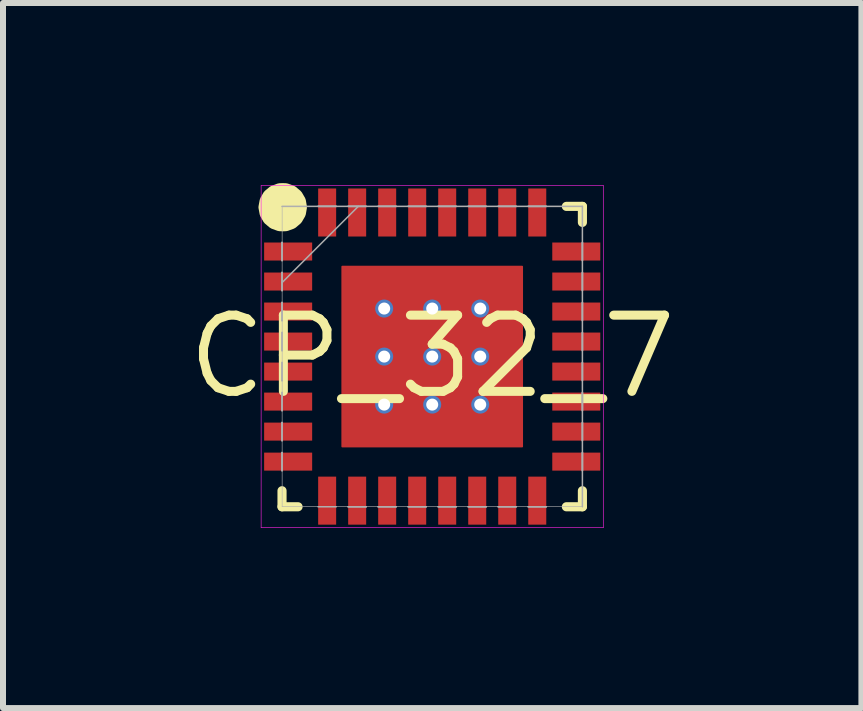
<source format=kicad_pcb>
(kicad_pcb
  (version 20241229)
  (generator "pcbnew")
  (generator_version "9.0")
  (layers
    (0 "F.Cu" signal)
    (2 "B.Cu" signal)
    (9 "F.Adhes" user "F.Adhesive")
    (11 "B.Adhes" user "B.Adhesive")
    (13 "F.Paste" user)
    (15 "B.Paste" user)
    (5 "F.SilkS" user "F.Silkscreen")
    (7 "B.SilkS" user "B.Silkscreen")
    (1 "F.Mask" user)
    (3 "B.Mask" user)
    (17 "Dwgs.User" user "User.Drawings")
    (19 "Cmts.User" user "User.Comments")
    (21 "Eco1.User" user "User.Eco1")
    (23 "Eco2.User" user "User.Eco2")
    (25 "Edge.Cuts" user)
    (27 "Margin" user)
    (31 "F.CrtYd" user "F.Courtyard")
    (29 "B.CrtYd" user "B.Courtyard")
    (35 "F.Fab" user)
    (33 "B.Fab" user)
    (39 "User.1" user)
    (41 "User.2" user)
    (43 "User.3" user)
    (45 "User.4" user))
  (footprint "CP_32_7"
    (layer "F.Cu")
    (at 4.15 2.89)
    (property "Reference" "CP_32_7" (at 0 0 0) (layer "F.SilkS") (effects (font (size 1.27 1.27) (thickness 0.15))))
    (fp_poly (pts (xy 1.625 1.625) (xy -1.625 1.625) (xy -1.625 -1.625) (xy 1.625 -1.625)) (stroke (width 0.01) (type solid)) (fill yes) (layer "F.Mask"))
    (fp_line (start -2.502 -2.502) (end -2.502 -2.235) (stroke (width 0.152) (type solid)) (layer "F.SilkS"))
    (fp_line (start -2.502 2.235) (end -2.502 2.502) (stroke (width 0.152) (type solid)) (layer "F.SilkS"))
    (fp_line (start -2.502 2.502) (end -2.235 2.502) (stroke (width 0.152) (type solid)) (layer "F.SilkS"))
    (fp_line (start -2.235 -2.502) (end -2.502 -2.502) (stroke (width 0.152) (type solid)) (layer "F.SilkS"))
    (fp_line (start 2.235 2.502) (end 2.502 2.502) (stroke (width 0.152) (type solid)) (layer "F.SilkS"))
    (fp_line (start 2.502 -2.502) (end 2.235 -2.502) (stroke (width 0.152) (type solid)) (layer "F.SilkS"))
    (fp_line (start 2.502 -2.235) (end 2.502 -2.502) (stroke (width 0.152) (type solid)) (layer "F.SilkS"))
    (fp_line (start 2.502 2.502) (end 2.502 2.235) (stroke (width 0.152) (type solid)) (layer "F.SilkS"))
    (fp_poly (pts (xy -2.438 -2.786) (xy -2.339 -2.75) (xy -2.259 -2.683) (xy -2.206 -2.592) (xy -2.188 -2.488) (xy -2.206 -2.385) (xy -2.259 -2.294) (xy -2.339 -2.226) (xy -2.438 -2.19) (xy -2.49 -2.188) (xy -2.543 -2.19) (xy -2.641 -2.226) (xy -2.722 -2.294) (xy -2.774 -2.385) (xy -2.793 -2.488) (xy -2.774 -2.592) (xy -2.722 -2.683) (xy -2.641 -2.75) (xy -2.543 -2.786) (xy -2.49 -2.788)) (stroke (width 0.203) (type solid)) (fill yes) (layer "F.SilkS"))
    (fp_poly (pts (xy -0.25 -0.25) (xy -1.25 -0.25) (xy -1.25 -1.25) (xy -0.25 -1.25)) (stroke (width 0.01) (type solid)) (fill yes) (layer "F.Paste"))
    (fp_poly (pts (xy -0.25 1.25) (xy -1.25 1.25) (xy -1.25 0.25) (xy -0.25 0.25)) (stroke (width 0.01) (type solid)) (fill yes) (layer "F.Paste"))
    (fp_poly (pts (xy 1.25 -0.25) (xy 0.25 -0.25) (xy 0.25 -1.25) (xy 1.25 -1.25)) (stroke (width 0.01) (type solid)) (fill yes) (layer "F.Paste"))
    (fp_poly (pts (xy 1.25 1.25) (xy 0.25 1.25) (xy 0.25 0.25) (xy 1.25 0.25)) (stroke (width 0.01) (type solid)) (fill yes) (layer "F.Paste"))
    (fp_line (start -2.5 -2.5) (end -2.5 -1.75) (stroke (width 0.01) (type solid)) (layer "Eco1.User"))
    (fp_line (start -2.5 -2.5) (end -2.5 2.5) (stroke (width 0.01) (type solid)) (layer "Eco1.User"))
    (fp_line (start -2.5 -1.75) (end -1.75 -1.75) (stroke (width 0.01) (type solid)) (layer "Eco1.User"))
    (fp_line (start -2.5 1.75) (end -2.5 2.5) (stroke (width 0.01) (type solid)) (layer "Eco1.User"))
    (fp_line (start -2.5 2.5) (end -1.75 2.5) (stroke (width 0.01) (type solid)) (layer "Eco1.User"))
    (fp_line (start -2.5 2.5) (end 2.5 2.5) (stroke (width 0.01) (type solid)) (layer "Eco1.User"))
    (fp_line (start -1.75 -2.5) (end -2.5 -2.5) (stroke (width 0.01) (type solid)) (layer "Eco1.User"))
    (fp_line (start -1.75 -1.75) (end -1.75 -2.5) (stroke (width 0.01) (type solid)) (layer "Eco1.User"))
    (fp_line (start -1.75 -1.75) (end -1.75 1.75) (stroke (width 0.01) (type solid)) (layer "Eco1.User"))
    (fp_line (start -1.75 1.75) (end -2.5 1.75) (stroke (width 0.01) (type solid)) (layer "Eco1.User"))
    (fp_line (start -1.75 1.75) (end 1.75 1.75) (stroke (width 0.01) (type solid)) (layer "Eco1.User"))
    (fp_line (start -1.75 2.5) (end -1.75 1.75) (stroke (width 0.01) (type solid)) (layer "Eco1.User"))
    (fp_line (start -1.5 -1.5) (end -1.5 1.5) (stroke (width 0.01) (type solid)) (layer "Eco1.User"))
    (fp_line (start -1.5 1.5) (end 1.5 1.5) (stroke (width 0.01) (type solid)) (layer "Eco1.User"))
    (fp_line (start 1.5 -1.5) (end -1.5 -1.5) (stroke (width 0.01) (type solid)) (layer "Eco1.User"))
    (fp_line (start 1.5 1.5) (end 1.5 -1.5) (stroke (width 0.01) (type solid)) (layer "Eco1.User"))
    (fp_line (start 1.75 -2.5) (end 1.75 -1.75) (stroke (width 0.01) (type solid)) (layer "Eco1.User"))
    (fp_line (start 1.75 -1.75) (end -1.75 -1.75) (stroke (width 0.01) (type solid)) (layer "Eco1.User"))
    (fp_line (start 1.75 -1.75) (end 2.5 -1.75) (stroke (width 0.01) (type solid)) (layer "Eco1.User"))
    (fp_line (start 1.75 1.75) (end 1.75 -1.75) (stroke (width 0.01) (type solid)) (layer "Eco1.User"))
    (fp_line (start 1.75 1.75) (end 1.75 2.5) (stroke (width 0.01) (type solid)) (layer "Eco1.User"))
    (fp_line (start 1.75 2.5) (end 2.5 2.5) (stroke (width 0.01) (type solid)) (layer "Eco1.User"))
    (fp_line (start 2.5 -2.5) (end -2.5 -2.5) (stroke (width 0.01) (type solid)) (layer "Eco1.User"))
    (fp_line (start 2.5 -2.5) (end 1.75 -2.5) (stroke (width 0.01) (type solid)) (layer "Eco1.User"))
    (fp_line (start 2.5 -1.75) (end 2.5 -2.5) (stroke (width 0.01) (type solid)) (layer "Eco1.User"))
    (fp_line (start 2.5 1.75) (end 1.75 1.75) (stroke (width 0.01) (type solid)) (layer "Eco1.User"))
    (fp_line (start 2.5 2.5) (end 2.5 -2.5) (stroke (width 0.01) (type solid)) (layer "Eco1.User"))
    (fp_line (start 2.5 2.5) (end 2.5 1.75) (stroke (width 0.01) (type solid)) (layer "Eco1.User"))
    (fp_line (start -2.85 -2.85) (end -2.85 2.85) (stroke (width 0.01) (type solid)) (layer "F.CrtYd"))
    (fp_line (start -2.85 2.85) (end 2.85 2.85) (stroke (width 0.01) (type solid)) (layer "F.CrtYd"))
    (fp_line (start 2.85 -2.85) (end -2.85 -2.85) (stroke (width 0.01) (type solid)) (layer "F.CrtYd"))
    (fp_line (start 2.85 2.85) (end 2.85 -2.85) (stroke (width 0.01) (type solid)) (layer "F.CrtYd"))
    (fp_line (start -2.502 -1.902) (end -2.502 -1.598) (stroke (width 0.025) (type solid)) (layer "F.Fab"))
    (fp_line (start -2.502 -1.598) (end -2.502 -1.902) (stroke (width 0.025) (type solid)) (layer "F.Fab"))
    (fp_line (start -2.502 -1.402) (end -2.502 -1.098) (stroke (width 0.025) (type solid)) (layer "F.Fab"))
    (fp_line (start -2.502 -1.232) (end -1.232 -2.502) (stroke (width 0.025) (type solid)) (layer "F.Fab"))
    (fp_line (start -2.502 -1.098) (end -2.502 -1.402) (stroke (width 0.025) (type solid)) (layer "F.Fab"))
    (fp_line (start -2.502 -0.902) (end -2.502 -0.598) (stroke (width 0.025) (type solid)) (layer "F.Fab"))
    (fp_line (start -2.502 -0.598) (end -2.502 -0.902) (stroke (width 0.025) (type solid)) (layer "F.Fab"))
    (fp_line (start -2.502 -0.402) (end -2.502 -0.098) (stroke (width 0.025) (type solid)) (layer "F.Fab"))
    (fp_line (start -2.502 -0.098) (end -2.502 -0.402) (stroke (width 0.025) (type solid)) (layer "F.Fab"))
    (fp_line (start -2.502 0.098) (end -2.502 0.402) (stroke (width 0.025) (type solid)) (layer "F.Fab"))
    (fp_line (start -2.502 0.402) (end -2.502 0.098) (stroke (width 0.025) (type solid)) (layer "F.Fab"))
    (fp_line (start -2.502 0.598) (end -2.502 0.902) (stroke (width 0.025) (type solid)) (layer "F.Fab"))
    (fp_line (start -2.502 0.902) (end -2.502 0.598) (stroke (width 0.025) (type solid)) (layer "F.Fab"))
    (fp_line (start -2.502 1.098) (end -2.502 1.402) (stroke (width 0.025) (type solid)) (layer "F.Fab"))
    (fp_line (start -2.502 1.402) (end -2.502 1.098) (stroke (width 0.025) (type solid)) (layer "F.Fab"))
    (fp_line (start -2.502 1.598) (end -2.502 1.902) (stroke (width 0.025) (type solid)) (layer "F.Fab"))
    (fp_line (start -2.502 1.902) (end -2.502 1.598) (stroke (width 0.025) (type solid)) (layer "F.Fab"))
    (fp_line (start -2.5 -2.5) (end -2.5 2.5) (stroke (width 0.01) (type solid)) (layer "F.Fab"))
    (fp_line (start -2.5 2.5) (end 2.5 2.5) (stroke (width 0.01) (type solid)) (layer "F.Fab"))
    (fp_line (start -1.902 -2.502) (end -1.598 -2.502) (stroke (width 0.025) (type solid)) (layer "F.Fab"))
    (fp_line (start -1.598 -2.502) (end -1.902 -2.502) (stroke (width 0.025) (type solid)) (layer "F.Fab"))
    (fp_line (start -1.598 2.502) (end -1.902 2.502) (stroke (width 0.025) (type solid)) (layer "F.Fab"))
    (fp_line (start -1.402 -2.502) (end -1.098 -2.502) (stroke (width 0.025) (type solid)) (layer "F.Fab"))
    (fp_line (start -1.402 2.502) (end -1.098 2.502) (stroke (width 0.025) (type solid)) (layer "F.Fab"))
    (fp_line (start -1.098 -2.502) (end -1.402 -2.502) (stroke (width 0.025) (type solid)) (layer "F.Fab"))
    (fp_line (start -1.098 2.502) (end -1.402 2.502) (stroke (width 0.025) (type solid)) (layer "F.Fab"))
    (fp_line (start -0.902 -2.502) (end -0.598 -2.502) (stroke (width 0.025) (type solid)) (layer "F.Fab"))
    (fp_line (start -0.902 2.502) (end -0.598 2.502) (stroke (width 0.025) (type solid)) (layer "F.Fab"))
    (fp_line (start -0.598 -2.502) (end -0.902 -2.502) (stroke (width 0.025) (type solid)) (layer "F.Fab"))
    (fp_line (start -0.598 2.502) (end -0.902 2.502) (stroke (width 0.025) (type solid)) (layer "F.Fab"))
    (fp_line (start -0.402 -2.502) (end -0.098 -2.502) (stroke (width 0.025) (type solid)) (layer "F.Fab"))
    (fp_line (start -0.402 2.502) (end -0.098 2.502) (stroke (width 0.025) (type solid)) (layer "F.Fab"))
    (fp_line (start -0.098 -2.502) (end -0.402 -2.502) (stroke (width 0.025) (type solid)) (layer "F.Fab"))
    (fp_line (start -0.098 2.502) (end -0.402 2.502) (stroke (width 0.025) (type solid)) (layer "F.Fab"))
    (fp_line (start 0.098 -2.502) (end 0.402 -2.502) (stroke (width 0.025) (type solid)) (layer "F.Fab"))
    (fp_line (start 0.098 2.502) (end 0.402 2.502) (stroke (width 0.025) (type solid)) (layer "F.Fab"))
    (fp_line (start 0.402 -2.502) (end 0.098 -2.502) (stroke (width 0.025) (type solid)) (layer "F.Fab"))
    (fp_line (start 0.402 2.502) (end 0.098 2.502) (stroke (width 0.025) (type solid)) (layer "F.Fab"))
    (fp_line (start 0.598 -2.502) (end 0.902 -2.502) (stroke (width 0.025) (type solid)) (layer "F.Fab"))
    (fp_line (start 0.598 2.502) (end 0.902 2.502) (stroke (width 0.025) (type solid)) (layer "F.Fab"))
    (fp_line (start 0.902 -2.502) (end 0.598 -2.502) (stroke (width 0.025) (type solid)) (layer "F.Fab"))
    (fp_line (start 0.902 2.502) (end 0.598 2.502) (stroke (width 0.025) (type solid)) (layer "F.Fab"))
    (fp_line (start 1.098 -2.502) (end 1.402 -2.502) (stroke (width 0.025) (type solid)) (layer "F.Fab"))
    (fp_line (start 1.098 2.502) (end 1.402 2.502) (stroke (width 0.025) (type solid)) (layer "F.Fab"))
    (fp_line (start 1.402 -2.502) (end 1.098 -2.502) (stroke (width 0.025) (type solid)) (layer "F.Fab"))
    (fp_line (start 1.402 2.502) (end 1.098 2.502) (stroke (width 0.025) (type solid)) (layer "F.Fab"))
    (fp_line (start 1.598 -2.502) (end 1.902 -2.502) (stroke (width 0.025) (type solid)) (layer "F.Fab"))
    (fp_line (start 1.598 2.502) (end 1.902 2.502) (stroke (width 0.025) (type solid)) (layer "F.Fab"))
    (fp_line (start 1.902 -2.502) (end 1.598 -2.502) (stroke (width 0.025) (type solid)) (layer "F.Fab"))
    (fp_line (start 1.902 2.502) (end 1.598 2.502) (stroke (width 0.025) (type solid)) (layer "F.Fab"))
    (fp_line (start 2.5 -2.5) (end -2.5 -2.5) (stroke (width 0.01) (type solid)) (layer "F.Fab"))
    (fp_line (start 2.5 2.5) (end 2.5 -2.5) (stroke (width 0.01) (type solid)) (layer "F.Fab"))
    (fp_line (start 2.502 -2.502) (end -2.502 -2.502) (stroke (width 0.025) (type solid)) (layer "F.Fab"))
    (fp_line (start 2.502 -1.902) (end 2.502 -1.598) (stroke (width 0.025) (type solid)) (layer "F.Fab"))
    (fp_line (start 2.502 -1.598) (end 2.502 -1.902) (stroke (width 0.025) (type solid)) (layer "F.Fab"))
    (fp_line (start 2.502 -1.402) (end 2.502 -1.098) (stroke (width 0.025) (type solid)) (layer "F.Fab"))
    (fp_line (start 2.502 -1.098) (end 2.502 -1.402) (stroke (width 0.025) (type solid)) (layer "F.Fab"))
    (fp_line (start 2.502 -0.902) (end 2.502 -0.598) (stroke (width 0.025) (type solid)) (layer "F.Fab"))
    (fp_line (start 2.502 -0.598) (end 2.502 -0.902) (stroke (width 0.025) (type solid)) (layer "F.Fab"))
    (fp_line (start 2.502 -0.402) (end 2.502 -0.098) (stroke (width 0.025) (type solid)) (layer "F.Fab"))
    (fp_line (start 2.502 -0.098) (end 2.502 -0.402) (stroke (width 0.025) (type solid)) (layer "F.Fab"))
    (fp_line (start 2.502 0.098) (end 2.502 0.402) (stroke (width 0.025) (type solid)) (layer "F.Fab"))
    (fp_line (start 2.502 0.402) (end 2.502 0.098) (stroke (width 0.025) (type solid)) (layer "F.Fab"))
    (fp_line (start 2.502 0.598) (end 2.502 0.902) (stroke (width 0.025) (type solid)) (layer "F.Fab"))
    (fp_line (start 2.502 0.902) (end 2.502 0.598) (stroke (width 0.025) (type solid)) (layer "F.Fab"))
    (fp_line (start 2.502 1.098) (end 2.502 1.402) (stroke (width 0.025) (type solid)) (layer "F.Fab"))
    (fp_line (start 2.502 1.402) (end 2.502 1.098) (stroke (width 0.025) (type solid)) (layer "F.Fab"))
    (fp_line (start 2.502 1.598) (end 2.502 1.902) (stroke (width 0.025) (type solid)) (layer "F.Fab"))
    (fp_line (start 2.502 1.902) (end 2.502 1.598) (stroke (width 0.025) (type solid)) (layer "F.Fab"))
    (fp_line (start 2.502 2.502) (end 2.502 -2.502) (stroke (width 0.025) (type solid)) (layer "F.Fab"))
    (pad "1" smd rect (at -2.4 -1.75) (size 0.8 0.3) (layers "F.Cu" "F.Mask" "F.Paste"))
    (pad "2" smd rect (at -2.4 -1.25) (size 0.8 0.3) (layers "F.Cu" "F.Mask" "F.Paste"))
    (pad "3" smd rect (at -2.4 -0.75) (size 0.8 0.3) (layers "F.Cu" "F.Mask" "F.Paste"))
    (pad "4" smd rect (at -2.4 -0.25) (size 0.8 0.3) (layers "F.Cu" "F.Mask" "F.Paste"))
    (pad "5" smd rect (at -2.4 0.25) (size 0.8 0.3) (layers "F.Cu" "F.Mask" "F.Paste"))
    (pad "6" smd rect (at -2.4 0.75) (size 0.8 0.3) (layers "F.Cu" "F.Mask" "F.Paste"))
    (pad "7" smd rect (at -2.4 1.25) (size 0.8 0.3) (layers "F.Cu" "F.Mask" "F.Paste"))
    (pad "8" smd rect (at -2.4 1.75) (size 0.8 0.3) (layers "F.Cu" "F.Mask" "F.Paste"))
    (pad "9" smd rect (at -1.75 2.4 270) (size 0.8 0.3) (layers "F.Cu" "F.Mask" "F.Paste"))
    (pad "10" smd rect (at -1.25 2.4 270) (size 0.8 0.3) (layers "F.Cu" "F.Mask" "F.Paste"))
    (pad "11" smd rect (at -0.75 2.4 270) (size 0.8 0.3) (layers "F.Cu" "F.Mask" "F.Paste"))
    (pad "12" smd rect (at -0.25 2.4 270) (size 0.8 0.3) (layers "F.Cu" "F.Mask" "F.Paste"))
    (pad "13" smd rect (at 0.25 2.4 270) (size 0.8 0.3) (layers "F.Cu" "F.Mask" "F.Paste"))
    (pad "14" smd rect (at 0.75 2.4 270) (size 0.8 0.3) (layers "F.Cu" "F.Mask" "F.Paste"))
    (pad "15" smd rect (at 1.25 2.4 270) (size 0.8 0.3) (layers "F.Cu" "F.Mask" "F.Paste"))
    (pad "16" smd rect (at 1.75 2.4 270) (size 0.8 0.3) (layers "F.Cu" "F.Mask" "F.Paste"))
    (pad "17" smd rect (at 2.4 1.75) (size 0.8 0.3) (layers "F.Cu" "F.Mask" "F.Paste"))
    (pad "18" smd rect (at 2.4 1.25) (size 0.8 0.3) (layers "F.Cu" "F.Mask" "F.Paste"))
    (pad "19" smd rect (at 2.4 0.75) (size 0.8 0.3) (layers "F.Cu" "F.Mask" "F.Paste"))
    (pad "20" smd rect (at 2.4 0.25) (size 0.8 0.3) (layers "F.Cu" "F.Mask" "F.Paste"))
    (pad "21" smd rect (at 2.4 -0.25) (size 0.8 0.3) (layers "F.Cu" "F.Mask" "F.Paste"))
    (pad "22" smd rect (at 2.4 -0.75) (size 0.8 0.3) (layers "F.Cu" "F.Mask" "F.Paste"))
    (pad "23" smd rect (at 2.4 -1.25) (size 0.8 0.3) (layers "F.Cu" "F.Mask" "F.Paste"))
    (pad "24" smd rect (at 2.4 -1.75) (size 0.8 0.3) (layers "F.Cu" "F.Mask" "F.Paste"))
    (pad "25" smd rect (at 1.75 -2.4 270) (size 0.8 0.3) (layers "F.Cu" "F.Mask" "F.Paste"))
    (pad "26" smd rect (at 1.25 -2.4 270) (size 0.8 0.3) (layers "F.Cu" "F.Mask" "F.Paste"))
    (pad "27" smd rect (at 0.75 -2.4 270) (size 0.8 0.3) (layers "F.Cu" "F.Mask" "F.Paste"))
    (pad "28" smd rect (at 0.25 -2.4 270) (size 0.8 0.3) (layers "F.Cu" "F.Mask" "F.Paste"))
    (pad "29" smd rect (at -0.25 -2.4 270) (size 0.8 0.3) (layers "F.Cu" "F.Mask" "F.Paste"))
    (pad "30" smd rect (at -0.75 -2.4 270) (size 0.8 0.3) (layers "F.Cu" "F.Mask" "F.Paste"))
    (pad "31" smd rect (at -1.25 -2.4 270) (size 0.8 0.3) (layers "F.Cu" "F.Mask" "F.Paste"))
    (pad "32" smd rect (at -1.75 -2.4 270) (size 0.8 0.3) (layers "F.Cu" "F.Mask" "F.Paste"))
    (pad "33" thru_hole circle (at -0.8 -0.8) (size 0.3 0.3) (drill 0.2) (layers "*.Cu"))
    (pad "33" smd custom (at -0.8 -0.8) (size 0.3 0.3) (layers "F.Cu") (options (anchor circle)) (primitives (gr_poly (pts (xy 2.309 -0.709) (xy 2.313 -0.7) (xy 2.313 2.3) (xy 2.309 2.309) (xy 2.3 2.313) (xy -0.7 2.313) (xy -0.709 2.309) (xy -0.713 2.3) (xy -0.713 -0.7) (xy -0.709 -0.709) (xy -0.7 -0.713) (xy 2.3 -0.713)) (width 0) (fill yes))))
    (pad "33" thru_hole circle (at -0.8 0) (size 0.3 0.3) (drill 0.2) (layers "*.Cu"))
    (pad "33" thru_hole circle (at -0.8 0.8) (size 0.3 0.3) (drill 0.2) (layers "*.Cu"))
    (pad "33" thru_hole circle (at 0 -0.8) (size 0.3 0.3) (drill 0.2) (layers "*.Cu"))
    (pad "33" thru_hole circle (at 0 0) (size 0.3 0.3) (drill 0.2) (layers "*.Cu"))
    (pad "33" thru_hole circle (at 0 0.8) (size 0.3 0.3) (drill 0.2) (layers "*.Cu"))
    (pad "33" thru_hole circle (at 0.8 -0.8) (size 0.3 0.3) (drill 0.2) (layers "*.Cu"))
    (pad "33" thru_hole circle (at 0.8 0) (size 0.3 0.3) (drill 0.2) (layers "*.Cu"))
    (pad "33" thru_hole circle (at 0.8 0.8) (size 0.3 0.3) (drill 0.2) (layers "*.Cu")))
  (gr_rect
    (start -3 -3)
    (end 11.3 8.745)
    (stroke (width 0.1) (type default))
    (fill no)
    (layer "Edge.Cuts")))
</source>
